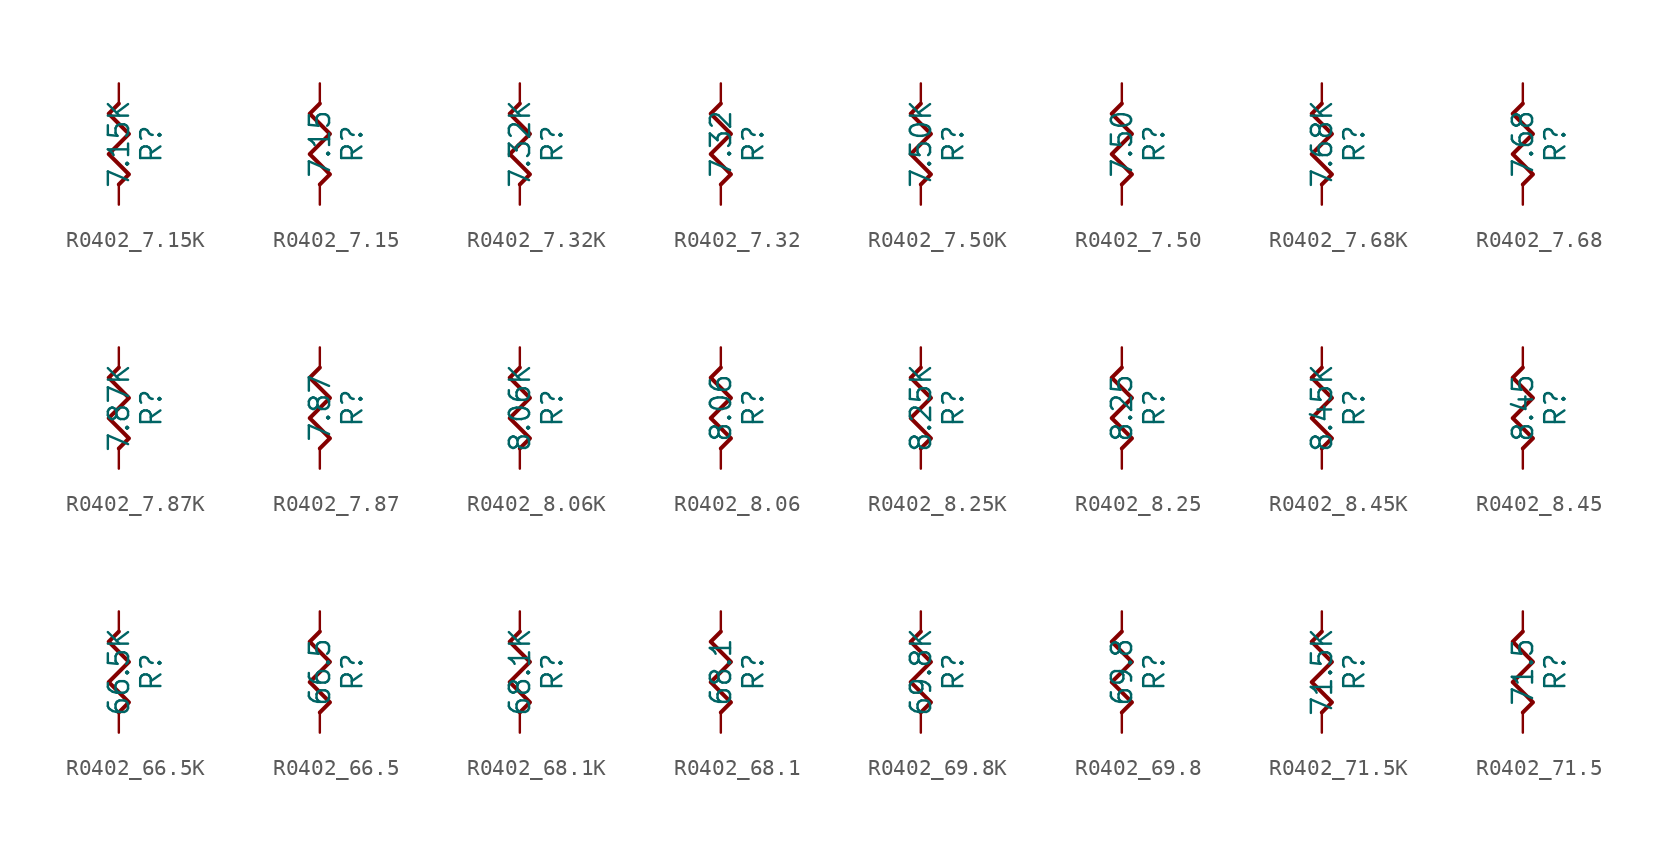
<source format=kicad_sym>
(kicad_symbol_lib
  (version 20211014)
  (generator atlantix-eda)
  (symbol "R0402_7.15K"
    (pin_numbers hide)
    (pin_names
      (offset 0))
    (property "Reference" "R"
      (at 2.032 0 90)
      (effects (font (size 1.27 1.27))))
    (property "Value" "7.15K"
      (at 0 0 90)
      (effects (font (size 1.27 1.27))))
    (symbol "R0402_7.15K_0_1"
      (polyline (pts (xy 0 -2.54) (xy 0.635 -1.905) (xy -0.635 -0.635) (xy 0.635 0.635) (xy -0.635 1.905) (xy 0 2.54)) (stroke (width 0.254) (type default) (color 0 0 0 0)) (fill (type none))))
    (symbol "R0402_7.15K_1_1"
      (pin passive line (at 0 3.81 270) (length 1.27) (name "~" (effects (font (size 1.27 1.27)))) (number "1" (effects (font (size 1.27 1.27)))))
      (pin passive line (at 0 -3.81 90) (length 1.27) (name "~" (effects (font (size 1.27 1.27)))) (number "2" (effects (font (size 1.27 1.27)))))))
  (symbol "R0402_7.15"
    (pin_numbers hide)
    (pin_names
      (offset 0))
    (property "Reference" "R"
      (at 2.032 0 90)
      (effects (font (size 1.27 1.27))))
    (property "Value" "7.15"
      (at 0 0 90)
      (effects (font (size 1.27 1.27))))
    (symbol "R0402_7.15_0_1"
      (polyline (pts (xy 0 -2.54) (xy 0.635 -1.905) (xy -0.635 -0.635) (xy 0.635 0.635) (xy -0.635 1.905) (xy 0 2.54)) (stroke (width 0.254) (type default) (color 0 0 0 0)) (fill (type none))))
    (symbol "R0402_7.15_1_1"
      (pin passive line (at 0 3.81 270) (length 1.27) (name "~" (effects (font (size 1.27 1.27)))) (number "1" (effects (font (size 1.27 1.27)))))
      (pin passive line (at 0 -3.81 90) (length 1.27) (name "~" (effects (font (size 1.27 1.27)))) (number "2" (effects (font (size 1.27 1.27)))))))
  (symbol "R0402_7.32K"
    (pin_numbers hide)
    (pin_names
      (offset 0))
    (property "Reference" "R"
      (at 2.032 0 90)
      (effects (font (size 1.27 1.27))))
    (property "Value" "7.32K"
      (at 0 0 90)
      (effects (font (size 1.27 1.27))))
    (symbol "R0402_7.32K_0_1"
      (polyline (pts (xy 0 -2.54) (xy 0.635 -1.905) (xy -0.635 -0.635) (xy 0.635 0.635) (xy -0.635 1.905) (xy 0 2.54)) (stroke (width 0.254) (type default) (color 0 0 0 0)) (fill (type none))))
    (symbol "R0402_7.32K_1_1"
      (pin passive line (at 0 3.81 270) (length 1.27) (name "~" (effects (font (size 1.27 1.27)))) (number "1" (effects (font (size 1.27 1.27)))))
      (pin passive line (at 0 -3.81 90) (length 1.27) (name "~" (effects (font (size 1.27 1.27)))) (number "2" (effects (font (size 1.27 1.27)))))))
  (symbol "R0402_7.32"
    (pin_numbers hide)
    (pin_names
      (offset 0))
    (property "Reference" "R"
      (at 2.032 0 90)
      (effects (font (size 1.27 1.27))))
    (property "Value" "7.32"
      (at 0 0 90)
      (effects (font (size 1.27 1.27))))
    (symbol "R0402_7.32_0_1"
      (polyline (pts (xy 0 -2.54) (xy 0.635 -1.905) (xy -0.635 -0.635) (xy 0.635 0.635) (xy -0.635 1.905) (xy 0 2.54)) (stroke (width 0.254) (type default) (color 0 0 0 0)) (fill (type none))))
    (symbol "R0402_7.32_1_1"
      (pin passive line (at 0 3.81 270) (length 1.27) (name "~" (effects (font (size 1.27 1.27)))) (number "1" (effects (font (size 1.27 1.27)))))
      (pin passive line (at 0 -3.81 90) (length 1.27) (name "~" (effects (font (size 1.27 1.27)))) (number "2" (effects (font (size 1.27 1.27)))))))
  (symbol "R0402_7.50K"
    (pin_numbers hide)
    (pin_names
      (offset 0))
    (property "Reference" "R"
      (at 2.032 0 90)
      (effects (font (size 1.27 1.27))))
    (property "Value" "7.50K"
      (at 0 0 90)
      (effects (font (size 1.27 1.27))))
    (symbol "R0402_7.50K_0_1"
      (polyline (pts (xy 0 -2.54) (xy 0.635 -1.905) (xy -0.635 -0.635) (xy 0.635 0.635) (xy -0.635 1.905) (xy 0 2.54)) (stroke (width 0.254) (type default) (color 0 0 0 0)) (fill (type none))))
    (symbol "R0402_7.50K_1_1"
      (pin passive line (at 0 3.81 270) (length 1.27) (name "~" (effects (font (size 1.27 1.27)))) (number "1" (effects (font (size 1.27 1.27)))))
      (pin passive line (at 0 -3.81 90) (length 1.27) (name "~" (effects (font (size 1.27 1.27)))) (number "2" (effects (font (size 1.27 1.27)))))))
  (symbol "R0402_7.50"
    (pin_numbers hide)
    (pin_names
      (offset 0))
    (property "Reference" "R"
      (at 2.032 0 90)
      (effects (font (size 1.27 1.27))))
    (property "Value" "7.50"
      (at 0 0 90)
      (effects (font (size 1.27 1.27))))
    (symbol "R0402_7.50_0_1"
      (polyline (pts (xy 0 -2.54) (xy 0.635 -1.905) (xy -0.635 -0.635) (xy 0.635 0.635) (xy -0.635 1.905) (xy 0 2.54)) (stroke (width 0.254) (type default) (color 0 0 0 0)) (fill (type none))))
    (symbol "R0402_7.50_1_1"
      (pin passive line (at 0 3.81 270) (length 1.27) (name "~" (effects (font (size 1.27 1.27)))) (number "1" (effects (font (size 1.27 1.27)))))
      (pin passive line (at 0 -3.81 90) (length 1.27) (name "~" (effects (font (size 1.27 1.27)))) (number "2" (effects (font (size 1.27 1.27)))))))
  (symbol "R0402_7.68K"
    (pin_numbers hide)
    (pin_names
      (offset 0))
    (property "Reference" "R"
      (at 2.032 0 90)
      (effects (font (size 1.27 1.27))))
    (property "Value" "7.68K"
      (at 0 0 90)
      (effects (font (size 1.27 1.27))))
    (symbol "R0402_7.68K_0_1"
      (polyline (pts (xy 0 -2.54) (xy 0.635 -1.905) (xy -0.635 -0.635) (xy 0.635 0.635) (xy -0.635 1.905) (xy 0 2.54)) (stroke (width 0.254) (type default) (color 0 0 0 0)) (fill (type none))))
    (symbol "R0402_7.68K_1_1"
      (pin passive line (at 0 3.81 270) (length 1.27) (name "~" (effects (font (size 1.27 1.27)))) (number "1" (effects (font (size 1.27 1.27)))))
      (pin passive line (at 0 -3.81 90) (length 1.27) (name "~" (effects (font (size 1.27 1.27)))) (number "2" (effects (font (size 1.27 1.27)))))))
  (symbol "R0402_7.68"
    (pin_numbers hide)
    (pin_names
      (offset 0))
    (property "Reference" "R"
      (at 2.032 0 90)
      (effects (font (size 1.27 1.27))))
    (property "Value" "7.68"
      (at 0 0 90)
      (effects (font (size 1.27 1.27))))
    (symbol "R0402_7.68_0_1"
      (polyline (pts (xy 0 -2.54) (xy 0.635 -1.905) (xy -0.635 -0.635) (xy 0.635 0.635) (xy -0.635 1.905) (xy 0 2.54)) (stroke (width 0.254) (type default) (color 0 0 0 0)) (fill (type none))))
    (symbol "R0402_7.68_1_1"
      (pin passive line (at 0 3.81 270) (length 1.27) (name "~" (effects (font (size 1.27 1.27)))) (number "1" (effects (font (size 1.27 1.27)))))
      (pin passive line (at 0 -3.81 90) (length 1.27) (name "~" (effects (font (size 1.27 1.27)))) (number "2" (effects (font (size 1.27 1.27)))))))
  (symbol "R0402_7.87K"
    (pin_numbers hide)
    (pin_names
      (offset 0))
    (property "Reference" "R"
      (at 2.032 0 90)
      (effects (font (size 1.27 1.27))))
    (property "Value" "7.87K"
      (at 0 0 90)
      (effects (font (size 1.27 1.27))))
    (symbol "R0402_7.87K_0_1"
      (polyline (pts (xy 0 -2.54) (xy 0.635 -1.905) (xy -0.635 -0.635) (xy 0.635 0.635) (xy -0.635 1.905) (xy 0 2.54)) (stroke (width 0.254) (type default) (color 0 0 0 0)) (fill (type none))))
    (symbol "R0402_7.87K_1_1"
      (pin passive line (at 0 3.81 270) (length 1.27) (name "~" (effects (font (size 1.27 1.27)))) (number "1" (effects (font (size 1.27 1.27)))))
      (pin passive line (at 0 -3.81 90) (length 1.27) (name "~" (effects (font (size 1.27 1.27)))) (number "2" (effects (font (size 1.27 1.27)))))))
  (symbol "R0402_7.87"
    (pin_numbers hide)
    (pin_names
      (offset 0))
    (property "Reference" "R"
      (at 2.032 0 90)
      (effects (font (size 1.27 1.27))))
    (property "Value" "7.87"
      (at 0 0 90)
      (effects (font (size 1.27 1.27))))
    (symbol "R0402_7.87_0_1"
      (polyline (pts (xy 0 -2.54) (xy 0.635 -1.905) (xy -0.635 -0.635) (xy 0.635 0.635) (xy -0.635 1.905) (xy 0 2.54)) (stroke (width 0.254) (type default) (color 0 0 0 0)) (fill (type none))))
    (symbol "R0402_7.87_1_1"
      (pin passive line (at 0 3.81 270) (length 1.27) (name "~" (effects (font (size 1.27 1.27)))) (number "1" (effects (font (size 1.27 1.27)))))
      (pin passive line (at 0 -3.81 90) (length 1.27) (name "~" (effects (font (size 1.27 1.27)))) (number "2" (effects (font (size 1.27 1.27)))))))
  (symbol "R0402_8.06K"
    (pin_numbers hide)
    (pin_names
      (offset 0))
    (property "Reference" "R"
      (at 2.032 0 90)
      (effects (font (size 1.27 1.27))))
    (property "Value" "8.06K"
      (at 0 0 90)
      (effects (font (size 1.27 1.27))))
    (symbol "R0402_8.06K_0_1"
      (polyline (pts (xy 0 -2.54) (xy 0.635 -1.905) (xy -0.635 -0.635) (xy 0.635 0.635) (xy -0.635 1.905) (xy 0 2.54)) (stroke (width 0.254) (type default) (color 0 0 0 0)) (fill (type none))))
    (symbol "R0402_8.06K_1_1"
      (pin passive line (at 0 3.81 270) (length 1.27) (name "~" (effects (font (size 1.27 1.27)))) (number "1" (effects (font (size 1.27 1.27)))))
      (pin passive line (at 0 -3.81 90) (length 1.27) (name "~" (effects (font (size 1.27 1.27)))) (number "2" (effects (font (size 1.27 1.27)))))))
  (symbol "R0402_8.06"
    (pin_numbers hide)
    (pin_names
      (offset 0))
    (property "Reference" "R"
      (at 2.032 0 90)
      (effects (font (size 1.27 1.27))))
    (property "Value" "8.06"
      (at 0 0 90)
      (effects (font (size 1.27 1.27))))
    (symbol "R0402_8.06_0_1"
      (polyline (pts (xy 0 -2.54) (xy 0.635 -1.905) (xy -0.635 -0.635) (xy 0.635 0.635) (xy -0.635 1.905) (xy 0 2.54)) (stroke (width 0.254) (type default) (color 0 0 0 0)) (fill (type none))))
    (symbol "R0402_8.06_1_1"
      (pin passive line (at 0 3.81 270) (length 1.27) (name "~" (effects (font (size 1.27 1.27)))) (number "1" (effects (font (size 1.27 1.27)))))
      (pin passive line (at 0 -3.81 90) (length 1.27) (name "~" (effects (font (size 1.27 1.27)))) (number "2" (effects (font (size 1.27 1.27)))))))
  (symbol "R0402_8.25K"
    (pin_numbers hide)
    (pin_names
      (offset 0))
    (property "Reference" "R"
      (at 2.032 0 90)
      (effects (font (size 1.27 1.27))))
    (property "Value" "8.25K"
      (at 0 0 90)
      (effects (font (size 1.27 1.27))))
    (symbol "R0402_8.25K_0_1"
      (polyline (pts (xy 0 -2.54) (xy 0.635 -1.905) (xy -0.635 -0.635) (xy 0.635 0.635) (xy -0.635 1.905) (xy 0 2.54)) (stroke (width 0.254) (type default) (color 0 0 0 0)) (fill (type none))))
    (symbol "R0402_8.25K_1_1"
      (pin passive line (at 0 3.81 270) (length 1.27) (name "~" (effects (font (size 1.27 1.27)))) (number "1" (effects (font (size 1.27 1.27)))))
      (pin passive line (at 0 -3.81 90) (length 1.27) (name "~" (effects (font (size 1.27 1.27)))) (number "2" (effects (font (size 1.27 1.27)))))))
  (symbol "R0402_8.25"
    (pin_numbers hide)
    (pin_names
      (offset 0))
    (property "Reference" "R"
      (at 2.032 0 90)
      (effects (font (size 1.27 1.27))))
    (property "Value" "8.25"
      (at 0 0 90)
      (effects (font (size 1.27 1.27))))
    (symbol "R0402_8.25_0_1"
      (polyline (pts (xy 0 -2.54) (xy 0.635 -1.905) (xy -0.635 -0.635) (xy 0.635 0.635) (xy -0.635 1.905) (xy 0 2.54)) (stroke (width 0.254) (type default) (color 0 0 0 0)) (fill (type none))))
    (symbol "R0402_8.25_1_1"
      (pin passive line (at 0 3.81 270) (length 1.27) (name "~" (effects (font (size 1.27 1.27)))) (number "1" (effects (font (size 1.27 1.27)))))
      (pin passive line (at 0 -3.81 90) (length 1.27) (name "~" (effects (font (size 1.27 1.27)))) (number "2" (effects (font (size 1.27 1.27)))))))
  (symbol "R0402_8.45K"
    (pin_numbers hide)
    (pin_names
      (offset 0))
    (property "Reference" "R"
      (at 2.032 0 90)
      (effects (font (size 1.27 1.27))))
    (property "Value" "8.45K"
      (at 0 0 90)
      (effects (font (size 1.27 1.27))))
    (symbol "R0402_8.45K_0_1"
      (polyline (pts (xy 0 -2.54) (xy 0.635 -1.905) (xy -0.635 -0.635) (xy 0.635 0.635) (xy -0.635 1.905) (xy 0 2.54)) (stroke (width 0.254) (type default) (color 0 0 0 0)) (fill (type none))))
    (symbol "R0402_8.45K_1_1"
      (pin passive line (at 0 3.81 270) (length 1.27) (name "~" (effects (font (size 1.27 1.27)))) (number "1" (effects (font (size 1.27 1.27)))))
      (pin passive line (at 0 -3.81 90) (length 1.27) (name "~" (effects (font (size 1.27 1.27)))) (number "2" (effects (font (size 1.27 1.27)))))))
  (symbol "R0402_8.45"
    (pin_numbers hide)
    (pin_names
      (offset 0))
    (property "Reference" "R"
      (at 2.032 0 90)
      (effects (font (size 1.27 1.27))))
    (property "Value" "8.45"
      (at 0 0 90)
      (effects (font (size 1.27 1.27))))
    (symbol "R0402_8.45_0_1"
      (polyline (pts (xy 0 -2.54) (xy 0.635 -1.905) (xy -0.635 -0.635) (xy 0.635 0.635) (xy -0.635 1.905) (xy 0 2.54)) (stroke (width 0.254) (type default) (color 0 0 0 0)) (fill (type none))))
    (symbol "R0402_8.45_1_1"
      (pin passive line (at 0 3.81 270) (length 1.27) (name "~" (effects (font (size 1.27 1.27)))) (number "1" (effects (font (size 1.27 1.27)))))
      (pin passive line (at 0 -3.81 90) (length 1.27) (name "~" (effects (font (size 1.27 1.27)))) (number "2" (effects (font (size 1.27 1.27)))))))
  (symbol "R0402_66.5K"
    (pin_numbers hide)
    (pin_names
      (offset 0))
    (property "Reference" "R"
      (at 2.032 0 90)
      (effects (font (size 1.27 1.27))))
    (property "Value" "66.5K"
      (at 0 0 90)
      (effects (font (size 1.27 1.27))))
    (symbol "R0402_66.5K_0_1"
      (polyline (pts (xy 0 -2.54) (xy 0.635 -1.905) (xy -0.635 -0.635) (xy 0.635 0.635) (xy -0.635 1.905) (xy 0 2.54)) (stroke (width 0.254) (type default) (color 0 0 0 0)) (fill (type none))))
    (symbol "R0402_66.5K_1_1"
      (pin passive line (at 0 3.81 270) (length 1.27) (name "~" (effects (font (size 1.27 1.27)))) (number "1" (effects (font (size 1.27 1.27)))))
      (pin passive line (at 0 -3.81 90) (length 1.27) (name "~" (effects (font (size 1.27 1.27)))) (number "2" (effects (font (size 1.27 1.27)))))))
  (symbol "R0402_66.5"
    (pin_numbers hide)
    (pin_names
      (offset 0))
    (property "Reference" "R"
      (at 2.032 0 90)
      (effects (font (size 1.27 1.27))))
    (property "Value" "66.5"
      (at 0 0 90)
      (effects (font (size 1.27 1.27))))
    (symbol "R0402_66.5_0_1"
      (polyline (pts (xy 0 -2.54) (xy 0.635 -1.905) (xy -0.635 -0.635) (xy 0.635 0.635) (xy -0.635 1.905) (xy 0 2.54)) (stroke (width 0.254) (type default) (color 0 0 0 0)) (fill (type none))))
    (symbol "R0402_66.5_1_1"
      (pin passive line (at 0 3.81 270) (length 1.27) (name "~" (effects (font (size 1.27 1.27)))) (number "1" (effects (font (size 1.27 1.27)))))
      (pin passive line (at 0 -3.81 90) (length 1.27) (name "~" (effects (font (size 1.27 1.27)))) (number "2" (effects (font (size 1.27 1.27)))))))
  (symbol "R0402_68.1K"
    (pin_numbers hide)
    (pin_names
      (offset 0))
    (property "Reference" "R"
      (at 2.032 0 90)
      (effects (font (size 1.27 1.27))))
    (property "Value" "68.1K"
      (at 0 0 90)
      (effects (font (size 1.27 1.27))))
    (symbol "R0402_68.1K_0_1"
      (polyline (pts (xy 0 -2.54) (xy 0.635 -1.905) (xy -0.635 -0.635) (xy 0.635 0.635) (xy -0.635 1.905) (xy 0 2.54)) (stroke (width 0.254) (type default) (color 0 0 0 0)) (fill (type none))))
    (symbol "R0402_68.1K_1_1"
      (pin passive line (at 0 3.81 270) (length 1.27) (name "~" (effects (font (size 1.27 1.27)))) (number "1" (effects (font (size 1.27 1.27)))))
      (pin passive line (at 0 -3.81 90) (length 1.27) (name "~" (effects (font (size 1.27 1.27)))) (number "2" (effects (font (size 1.27 1.27)))))))
  (symbol "R0402_68.1"
    (pin_numbers hide)
    (pin_names
      (offset 0))
    (property "Reference" "R"
      (at 2.032 0 90)
      (effects (font (size 1.27 1.27))))
    (property "Value" "68.1"
      (at 0 0 90)
      (effects (font (size 1.27 1.27))))
    (symbol "R0402_68.1_0_1"
      (polyline (pts (xy 0 -2.54) (xy 0.635 -1.905) (xy -0.635 -0.635) (xy 0.635 0.635) (xy -0.635 1.905) (xy 0 2.54)) (stroke (width 0.254) (type default) (color 0 0 0 0)) (fill (type none))))
    (symbol "R0402_68.1_1_1"
      (pin passive line (at 0 3.81 270) (length 1.27) (name "~" (effects (font (size 1.27 1.27)))) (number "1" (effects (font (size 1.27 1.27)))))
      (pin passive line (at 0 -3.81 90) (length 1.27) (name "~" (effects (font (size 1.27 1.27)))) (number "2" (effects (font (size 1.27 1.27)))))))
  (symbol "R0402_69.8K"
    (pin_numbers hide)
    (pin_names
      (offset 0))
    (property "Reference" "R"
      (at 2.032 0 90)
      (effects (font (size 1.27 1.27))))
    (property "Value" "69.8K"
      (at 0 0 90)
      (effects (font (size 1.27 1.27))))
    (symbol "R0402_69.8K_0_1"
      (polyline (pts (xy 0 -2.54) (xy 0.635 -1.905) (xy -0.635 -0.635) (xy 0.635 0.635) (xy -0.635 1.905) (xy 0 2.54)) (stroke (width 0.254) (type default) (color 0 0 0 0)) (fill (type none))))
    (symbol "R0402_69.8K_1_1"
      (pin passive line (at 0 3.81 270) (length 1.27) (name "~" (effects (font (size 1.27 1.27)))) (number "1" (effects (font (size 1.27 1.27)))))
      (pin passive line (at 0 -3.81 90) (length 1.27) (name "~" (effects (font (size 1.27 1.27)))) (number "2" (effects (font (size 1.27 1.27)))))))
  (symbol "R0402_69.8"
    (pin_numbers hide)
    (pin_names
      (offset 0))
    (property "Reference" "R"
      (at 2.032 0 90)
      (effects (font (size 1.27 1.27))))
    (property "Value" "69.8"
      (at 0 0 90)
      (effects (font (size 1.27 1.27))))
    (symbol "R0402_69.8_0_1"
      (polyline (pts (xy 0 -2.54) (xy 0.635 -1.905) (xy -0.635 -0.635) (xy 0.635 0.635) (xy -0.635 1.905) (xy 0 2.54)) (stroke (width 0.254) (type default) (color 0 0 0 0)) (fill (type none))))
    (symbol "R0402_69.8_1_1"
      (pin passive line (at 0 3.81 270) (length 1.27) (name "~" (effects (font (size 1.27 1.27)))) (number "1" (effects (font (size 1.27 1.27)))))
      (pin passive line (at 0 -3.81 90) (length 1.27) (name "~" (effects (font (size 1.27 1.27)))) (number "2" (effects (font (size 1.27 1.27)))))))
  (symbol "R0402_71.5K"
    (pin_numbers hide)
    (pin_names
      (offset 0))
    (property "Reference" "R"
      (at 2.032 0 90)
      (effects (font (size 1.27 1.27))))
    (property "Value" "71.5K"
      (at 0 0 90)
      (effects (font (size 1.27 1.27))))
    (symbol "R0402_71.5K_0_1"
      (polyline (pts (xy 0 -2.54) (xy 0.635 -1.905) (xy -0.635 -0.635) (xy 0.635 0.635) (xy -0.635 1.905) (xy 0 2.54)) (stroke (width 0.254) (type default) (color 0 0 0 0)) (fill (type none))))
    (symbol "R0402_71.5K_1_1"
      (pin passive line (at 0 3.81 270) (length 1.27) (name "~" (effects (font (size 1.27 1.27)))) (number "1" (effects (font (size 1.27 1.27)))))
      (pin passive line (at 0 -3.81 90) (length 1.27) (name "~" (effects (font (size 1.27 1.27)))) (number "2" (effects (font (size 1.27 1.27)))))))
  (symbol "R0402_71.5"
    (pin_numbers hide)
    (pin_names
      (offset 0))
    (property "Reference" "R"
      (at 2.032 0 90)
      (effects (font (size 1.27 1.27))))
    (property "Value" "71.5"
      (at 0 0 90)
      (effects (font (size 1.27 1.27))))
    (symbol "R0402_71.5_0_1"
      (polyline (pts (xy 0 -2.54) (xy 0.635 -1.905) (xy -0.635 -0.635) (xy 0.635 0.635) (xy -0.635 1.905) (xy 0 2.54)) (stroke (width 0.254) (type default) (color 0 0 0 0)) (fill (type none))))
    (symbol "R0402_71.5_1_1"
      (pin passive line (at 0 3.81 270) (length 1.27) (name "~" (effects (font (size 1.27 1.27)))) (number "1" (effects (font (size 1.27 1.27)))))
      (pin passive line (at 0 -3.81 90) (length 1.27) (name "~" (effects (font (size 1.27 1.27)))) (number "2" (effects (font (size 1.27 1.27))))))))
</source>
